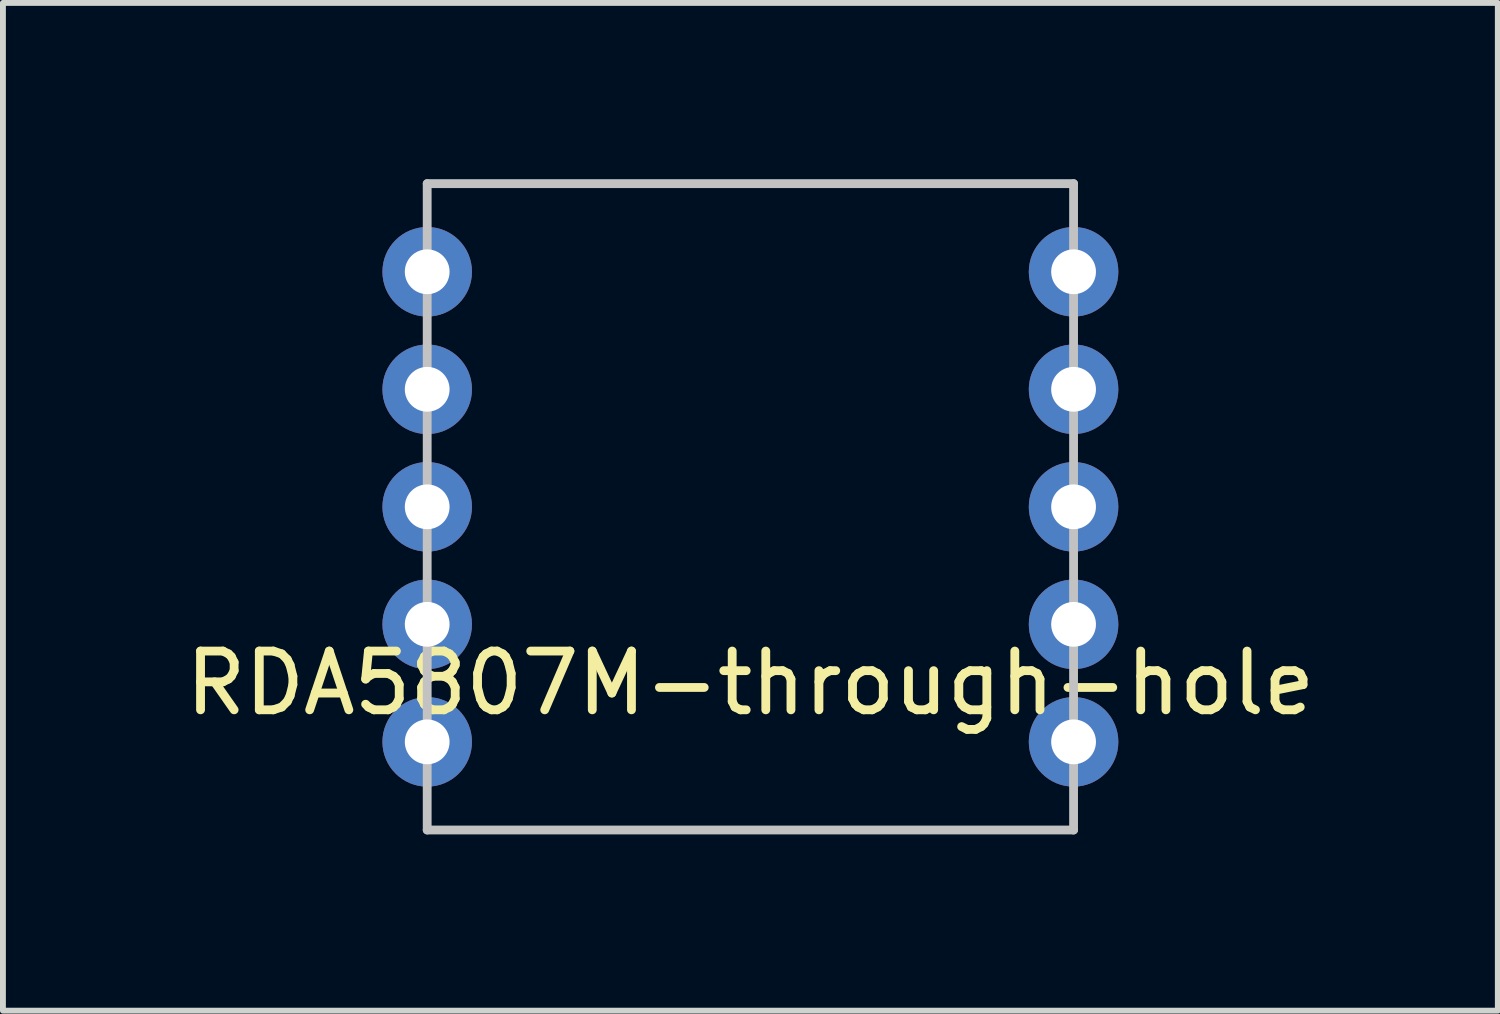
<source format=kicad_pcb>
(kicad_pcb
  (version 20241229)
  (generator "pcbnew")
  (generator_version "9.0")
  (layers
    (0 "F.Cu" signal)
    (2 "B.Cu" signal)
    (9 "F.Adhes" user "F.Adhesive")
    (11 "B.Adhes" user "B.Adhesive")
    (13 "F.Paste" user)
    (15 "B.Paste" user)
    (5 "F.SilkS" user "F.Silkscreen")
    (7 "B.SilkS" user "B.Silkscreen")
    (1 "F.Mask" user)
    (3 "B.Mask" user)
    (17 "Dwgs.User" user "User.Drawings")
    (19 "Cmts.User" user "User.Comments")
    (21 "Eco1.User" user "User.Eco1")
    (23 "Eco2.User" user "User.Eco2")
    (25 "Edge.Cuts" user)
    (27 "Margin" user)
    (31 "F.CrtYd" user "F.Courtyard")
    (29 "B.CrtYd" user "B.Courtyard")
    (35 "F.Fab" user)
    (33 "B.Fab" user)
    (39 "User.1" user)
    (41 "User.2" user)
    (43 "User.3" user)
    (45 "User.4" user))
  (footprint "RDA5807M-through-hole"
    (layer "F.Cu")
    (at 9.72 5.575)
    (property "Reference" "RDA5807M-through-hole" (at 0 3 0) (layer "F.SilkS") (effects (font (size 1 1) (thickness 0.15))))
    (attr through_hole)
    (fp_line (start -5.5 -5.5) (end 5.5 -5.5) (stroke (width 0.15) (type solid)) (layer "Dwgs.User"))
    (fp_line (start -5.5 5.5) (end -5.5 -5.5) (stroke (width 0.15) (type solid)) (layer "Dwgs.User"))
    (fp_line (start 5.5 -5.5) (end 5.5 5.5) (stroke (width 0.15) (type solid)) (layer "Dwgs.User"))
    (fp_line (start 5.5 5.5) (end -5.5 5.5) (stroke (width 0.15) (type solid)) (layer "Dwgs.User"))
    (pad "1" thru_hole circle (at -5.5 -4) (size 1.524 1.524) (drill 0.762) (layers "*.Cu" "*.Mask"))
    (pad "2" thru_hole circle (at -5.5 -2) (size 1.524 1.524) (drill 0.762) (layers "*.Cu" "*.Mask"))
    (pad "3" thru_hole circle (at -5.5 0) (size 1.524 1.524) (drill 0.762) (layers "*.Cu" "*.Mask"))
    (pad "4" thru_hole circle (at -5.5 2) (size 1.524 1.524) (drill 0.762) (layers "*.Cu" "*.Mask"))
    (pad "5" thru_hole circle (at -5.5 4) (size 1.524 1.524) (drill 0.762) (layers "*.Cu" "*.Mask"))
    (pad "6" thru_hole circle (at 5.5 4) (size 1.524 1.524) (drill 0.762) (layers "*.Cu" "*.Mask"))
    (pad "7" thru_hole circle (at 5.5 2) (size 1.524 1.524) (drill 0.762) (layers "*.Cu" "*.Mask"))
    (pad "8" thru_hole circle (at 5.5 0) (size 1.524 1.524) (drill 0.762) (layers "*.Cu" "*.Mask"))
    (pad "9" thru_hole circle (at 5.5 -2) (size 1.524 1.524) (drill 0.762) (layers "*.Cu" "*.Mask"))
    (pad "10" thru_hole circle (at 5.5 -4) (size 1.524 1.524) (drill 0.762) (layers "*.Cu" "*.Mask")))
  (gr_rect
    (start -3 -3)
    (end 22.44 14.15)
    (stroke (width 0.1) (type default))
    (fill no)
    (layer "Edge.Cuts")))
</source>
